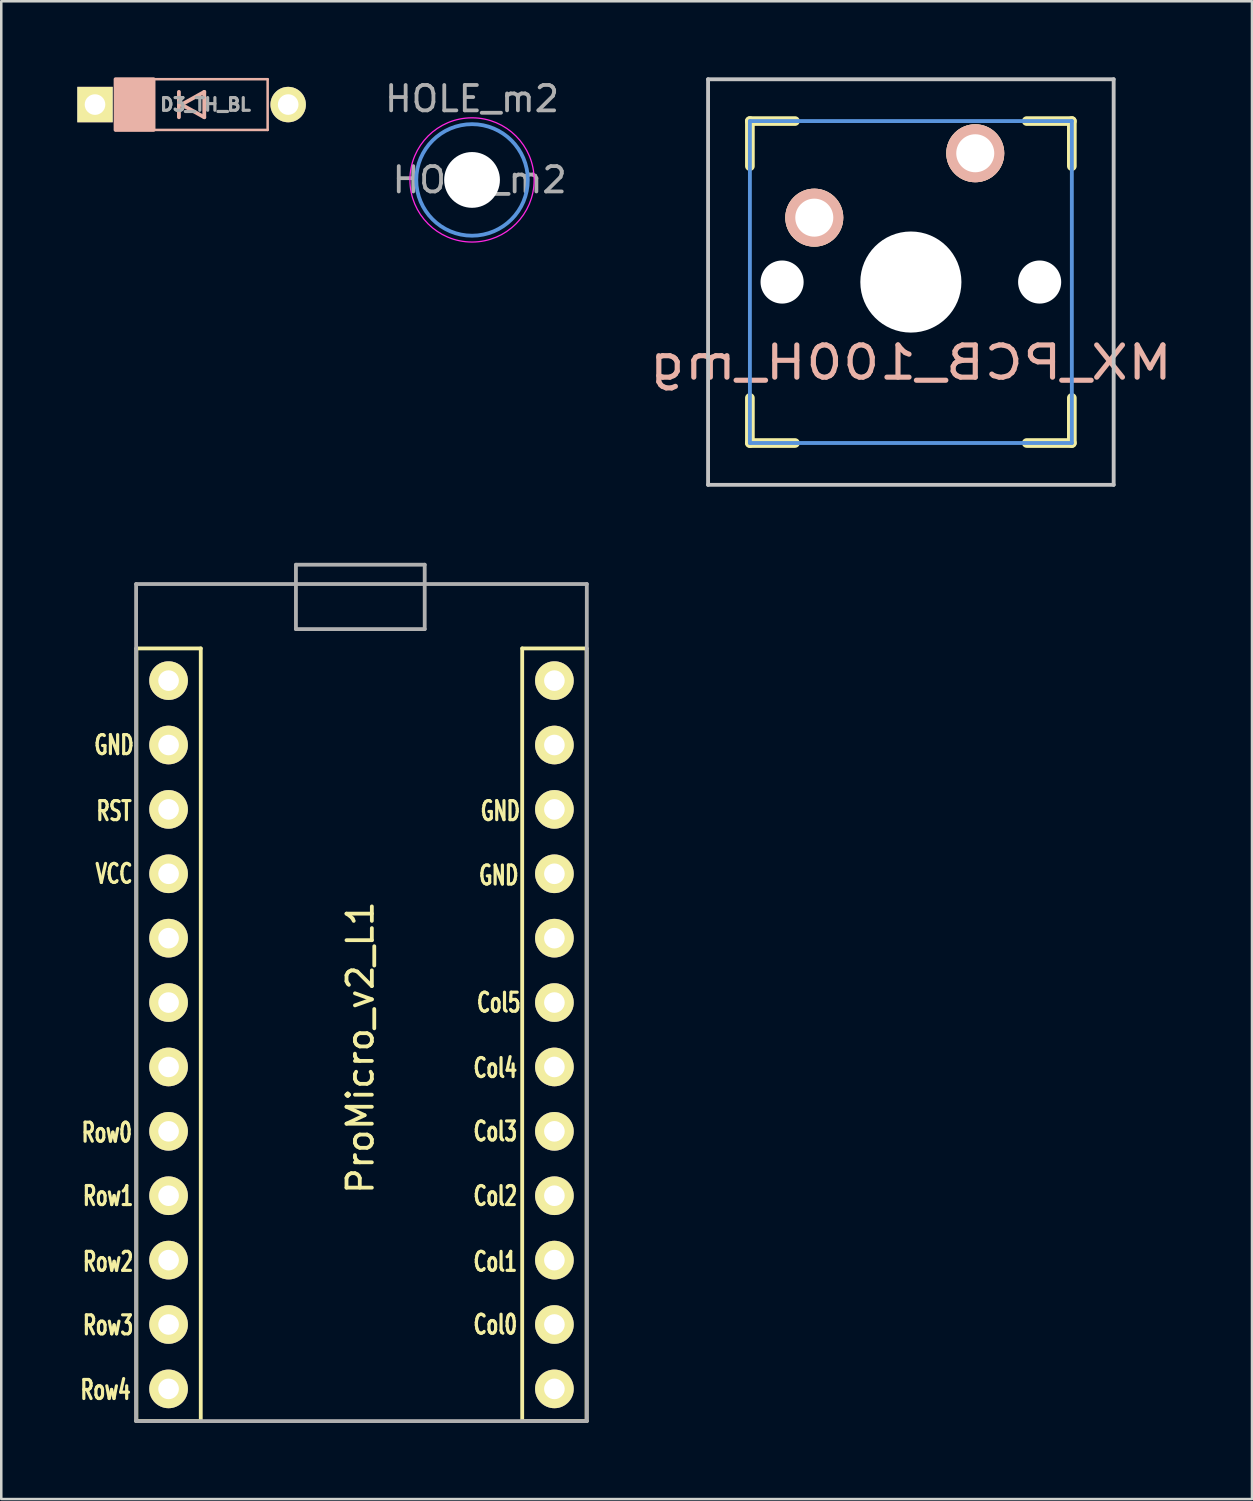
<source format=kicad_pcb>
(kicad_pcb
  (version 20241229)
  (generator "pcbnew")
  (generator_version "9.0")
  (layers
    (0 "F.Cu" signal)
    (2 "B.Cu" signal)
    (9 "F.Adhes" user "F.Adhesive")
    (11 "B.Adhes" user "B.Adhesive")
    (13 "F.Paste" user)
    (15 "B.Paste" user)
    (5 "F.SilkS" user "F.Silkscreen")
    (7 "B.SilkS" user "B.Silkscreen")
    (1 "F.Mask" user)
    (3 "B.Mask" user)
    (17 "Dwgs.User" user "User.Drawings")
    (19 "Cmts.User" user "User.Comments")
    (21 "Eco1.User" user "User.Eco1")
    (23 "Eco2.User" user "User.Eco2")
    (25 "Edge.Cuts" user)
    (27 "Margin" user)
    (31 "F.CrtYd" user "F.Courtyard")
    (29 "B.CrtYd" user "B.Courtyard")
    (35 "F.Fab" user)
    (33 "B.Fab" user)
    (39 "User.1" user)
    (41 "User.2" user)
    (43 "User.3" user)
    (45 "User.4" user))
  (footprint "D3_TH_BL"
    (layer "F.Cu")
    (at 4.508 1.075)
    (property "Reference" "D3_TH_BL" (at 0.55 0 0) (layer "F.Fab") (effects (font (size 0.5 0.5) (thickness 0.125))))
    (attr through_hole)
    (fp_line (start -3 -1) (end -3 1) (stroke (width 0.1) (type solid)) (layer "B.SilkS"))
    (fp_line (start -3 -1) (end -3 1) (stroke (width 0.1) (type solid)) (layer "B.SilkS"))
    (fp_line (start -3 1) (end 3 1) (stroke (width 0.1) (type solid)) (layer "B.SilkS"))
    (fp_line (start -0.5 -0.5) (end -0.5 0.5) (stroke (width 0.15) (type solid)) (layer "B.SilkS"))
    (fp_line (start -0.4 0) (end 0.5 -0.5) (stroke (width 0.15) (type solid)) (layer "B.SilkS"))
    (fp_line (start 0.5 -0.5) (end 0.5 0.5) (stroke (width 0.15) (type solid)) (layer "B.SilkS"))
    (fp_line (start 0.5 0.5) (end -0.4 0) (stroke (width 0.15) (type solid)) (layer "B.SilkS"))
    (fp_line (start 3 -1) (end -3 -1) (stroke (width 0.1) (type solid)) (layer "B.SilkS"))
    (fp_line (start 3 1) (end 3 -1) (stroke (width 0.1) (type solid)) (layer "B.SilkS"))
    (fp_poly (pts (xy -3 -1) (xy -3 1) (xy -1.5 1) (xy -1.5 -1)) (stroke (width 0.15) (type solid)) (fill yes) (layer "B.SilkS"))
    (pad "1" thru_hole rect (at -3.81 0) (size 1.397 1.397) (drill 0.813) (layers "*.Cu" "*.Mask" "F.SilkS"))
    (pad "2" thru_hole circle (at 3.81 0) (size 1.397 1.397) (drill 0.813) (layers "*.Cu" "*.Mask" "F.SilkS")))
  (footprint "MX_PCB_100H_mg"
    (layer "F.Cu")
    (at 32.882 8.076)
    (property "Reference" "MX_PCB_100H_mg" (at 0 3.175 0) (layer "B.SilkS") (effects (font (size 1.27 1.524) (thickness 0.203)) (justify mirror)))
    (attr through_hole)
    (fp_line (start -6.35 -6.35) (end -4.572 -6.35) (stroke (width 0.381) (type solid)) (layer "F.SilkS"))
    (fp_line (start -6.35 -4.572) (end -6.35 -6.35) (stroke (width 0.381) (type solid)) (layer "F.SilkS"))
    (fp_line (start -6.35 6.35) (end -6.35 4.572) (stroke (width 0.381) (type solid)) (layer "F.SilkS"))
    (fp_line (start -4.572 6.35) (end -6.35 6.35) (stroke (width 0.381) (type solid)) (layer "F.SilkS"))
    (fp_line (start 4.572 -6.35) (end 6.35 -6.35) (stroke (width 0.381) (type solid)) (layer "F.SilkS"))
    (fp_line (start 6.35 -6.35) (end 6.35 -4.572) (stroke (width 0.381) (type solid)) (layer "F.SilkS"))
    (fp_line (start 6.35 4.572) (end 6.35 6.35) (stroke (width 0.381) (type solid)) (layer "F.SilkS"))
    (fp_line (start 6.35 6.35) (end 4.572 6.35) (stroke (width 0.381) (type solid)) (layer "F.SilkS"))
    (fp_line (start -8 -8) (end 8 -8) (stroke (width 0.152) (type solid)) (layer "Dwgs.User"))
    (fp_line (start -8 8) (end -8 -8) (stroke (width 0.152) (type solid)) (layer "Dwgs.User"))
    (fp_line (start 8 -8) (end 8 8) (stroke (width 0.152) (type solid)) (layer "Dwgs.User"))
    (fp_line (start 8 8) (end -8 8) (stroke (width 0.152) (type solid)) (layer "Dwgs.User"))
    (fp_line (start -6.35 -6.35) (end 6.35 -6.35) (stroke (width 0.152) (type solid)) (layer "Cmts.User"))
    (fp_line (start -6.35 6.35) (end -6.35 -6.35) (stroke (width 0.152) (type solid)) (layer "Cmts.User"))
    (fp_line (start 6.35 -6.35) (end 6.35 6.35) (stroke (width 0.152) (type solid)) (layer "Cmts.User"))
    (fp_line (start 6.35 6.35) (end -6.35 6.35) (stroke (width 0.152) (type solid)) (layer "Cmts.User"))
    (fp_line (start -6.985 -6.985) (end 6.985 -6.985) (stroke (width 0.152) (type solid)) (layer "Eco2.User"))
    (fp_line (start -6.985 6.985) (end -6.985 -6.985) (stroke (width 0.152) (type solid)) (layer "Eco2.User"))
    (fp_line (start 6.985 -6.985) (end 6.985 6.985) (stroke (width 0.152) (type solid)) (layer "Eco2.User"))
    (fp_line (start 6.985 6.985) (end -6.985 6.985) (stroke (width 0.152) (type solid)) (layer "Eco2.User"))
    (pad "" np_thru_hole circle (at -5.08 0) (size 1.7 1.7) (drill 1.7) (layers "*.Cu"))
    (pad "" np_thru_hole circle (at 0 0) (size 3.988 3.988) (drill 3.988) (layers "*.Cu"))
    (pad "" np_thru_hole circle (at 5.08 0) (size 1.7 1.7) (drill 1.7) (layers "*.Cu"))
    (pad "1" thru_hole circle (at 2.54 -5.08) (size 2.286 2.286) (drill 1.499) (layers "*.Cu" "*.SilkS" "*.Mask"))
    (pad "2" thru_hole circle (at -3.81 -2.54) (size 2.286 2.286) (drill 1.499) (layers "*.Cu" "*.SilkS" "*.Mask")))
  (footprint "HOLE_m2"
    (layer "F.Cu")
    (at 15.571 4.048)
    (property "Reference" "HOLE_m2" (at 0 -3.2 0) (layer "F.Fab") (effects (font (size 1 1) (thickness 0.15))))
    (attr exclude_from_pos_files exclude_from_bom)
    (fp_circle (center 0 0) (end 2.2 0) (stroke (width 0.15) (type solid)) (fill no) (layer "Cmts.User"))
    (fp_circle (center 0 0) (end 2.45 0) (stroke (width 0.05) (type solid)) (fill no) (layer "F.CrtYd"))
    (fp_text user "${REFERENCE}" (at 0.3 0 0) (layer "F.Fab") (effects (font (size 1 1) (thickness 0.15))))
    (pad "" np_thru_hole circle (at 0 0) (size 2.2 2.2) (drill 2.2) (layers "*.Cu" "*.Mask")))
  (footprint "ProMicro_v2_L1"
    (layer "F.Cu")
    (at 11.164 38.277)
    (property "Reference" "ProMicro_v2_L1" (at 0 0 90) (layer "F.SilkS") (effects (font (size 1 1) (thickness 0.15))))
    (attr through_hole)
    (fp_line (start -8.834 -15.748) (end -6.294 -15.748) (stroke (width 0.15) (type solid)) (layer "F.SilkS"))
    (fp_line (start -8.834 14.732) (end -8.834 -15.748) (stroke (width 0.15) (type solid)) (layer "F.SilkS"))
    (fp_line (start -6.294 -15.748) (end -6.294 14.732) (stroke (width 0.15) (type solid)) (layer "F.SilkS"))
    (fp_line (start -6.294 14.732) (end -8.834 14.732) (stroke (width 0.15) (type solid)) (layer "F.SilkS"))
    (fp_line (start 6.386 -15.748) (end 8.926 -15.748) (stroke (width 0.15) (type solid)) (layer "F.SilkS"))
    (fp_line (start 6.386 14.732) (end 6.386 -15.748) (stroke (width 0.15) (type solid)) (layer "F.SilkS"))
    (fp_line (start 8.926 -15.748) (end 8.926 14.732) (stroke (width 0.15) (type solid)) (layer "F.SilkS"))
    (fp_line (start 8.926 14.732) (end 6.386 14.732) (stroke (width 0.15) (type solid)) (layer "F.SilkS"))
    (fp_line (start -8.845 -18.288) (end 8.935 -18.288) (stroke (width 0.15) (type solid)) (layer "F.Fab"))
    (fp_line (start -8.845 14.732) (end -8.845 -18.288) (stroke (width 0.15) (type solid)) (layer "F.Fab"))
    (fp_line (start -2.54 -19.05) (end -2.54 -16.51) (stroke (width 0.15) (type solid)) (layer "F.Fab"))
    (fp_line (start -2.54 -16.51) (end 2.54 -16.51) (stroke (width 0.15) (type solid)) (layer "F.Fab"))
    (fp_line (start 2.54 -19.05) (end -2.54 -19.05) (stroke (width 0.15) (type solid)) (layer "F.Fab"))
    (fp_line (start 2.54 -16.51) (end 2.54 -19.05) (stroke (width 0.15) (type solid)) (layer "F.Fab"))
    (fp_line (start 8.935 -18.288) (end 8.935 14.732) (stroke (width 0.15) (type solid)) (layer "F.Fab"))
    (fp_line (start 8.935 14.732) (end -8.845 14.732) (stroke (width 0.15) (type solid)) (layer "F.Fab"))
    (fp_text user "Row4" (at -10.05 13.5 0) (layer "F.SilkS") (effects (font (size 0.75 0.5) (thickness 0.125))))
    (fp_text user "Row0" (at -10 3.35 0) (layer "F.SilkS") (effects (font (size 0.75 0.5) (thickness 0.125))))
    (fp_text user "" (at -0.5 -17.25 0) (layer "F.SilkS") (effects (font (size 1 1) (thickness 0.15))))
    (fp_text user "Col1" (at 5.325 8.445 0) (layer "F.SilkS") (effects (font (size 0.75 0.5) (thickness 0.125))))
    (fp_text user "Row3" (at -9.95 10.95 0) (layer "F.SilkS") (effects (font (size 0.75 0.5) (thickness 0.125))))
    (fp_text user "Col3" (at 5.325 3.302 0) (layer "F.SilkS") (effects (font (size 0.75 0.5) (thickness 0.125))))
    (fp_text user "GND" (at -9.716 -11.938 0) (layer "F.SilkS") (effects (font (size 0.75 0.5) (thickness 0.125))))
    (fp_text user "Row2" (at -9.95 8.445 0) (layer "F.SilkS") (effects (font (size 0.75 0.5) (thickness 0.125))))
    (fp_text user "Col0" (at 5.325 10.925 0) (layer "F.SilkS") (effects (font (size 0.75 0.5) (thickness 0.125))))
    (fp_text user "Col5" (at 5.461 -1.778 0) (layer "F.SilkS") (effects (font (size 0.75 0.5) (thickness 0.125))))
    (fp_text user "VCC" (at -9.716 -6.858 0) (layer "F.SilkS") (effects (font (size 0.75 0.5) (thickness 0.125))))
    (fp_text user "Row1" (at -9.95 5.85 0) (layer "F.SilkS") (effects (font (size 0.75 0.5) (thickness 0.125))))
    (fp_text user "GND" (at 5.524 -9.335 0) (layer "F.SilkS") (effects (font (size 0.75 0.5) (thickness 0.125))))
    (fp_text user "GND" (at 5.461 -6.795 0) (layer "F.SilkS") (effects (font (size 0.75 0.5) (thickness 0.125))))
    (fp_text user "RST" (at -9.716 -9.335 0) (layer "F.SilkS") (effects (font (size 0.75 0.5) (thickness 0.125))))
    (fp_text user "Col4" (at 5.325 0.8 0) (layer "F.SilkS") (effects (font (size 0.75 0.5) (thickness 0.125))))
    (fp_text user "Col2" (at 5.325 5.85 0) (layer "F.SilkS") (effects (font (size 0.75 0.5) (thickness 0.125))))
    (fp_text user "" (at -1.206 -16.256 0) (layer "B.SilkS") (effects (font (size 1 1) (thickness 0.15)) (justify mirror)))
    (pad "1" thru_hole circle (at 7.656 -14.478) (size 1.524 1.524) (drill 0.813) (layers "*.Cu" "*.Mask" "F.SilkS"))
    (pad "2" thru_hole circle (at 7.656 -11.938) (size 1.524 1.524) (drill 0.813) (layers "*.Cu" "*.Mask" "F.SilkS"))
    (pad "3" thru_hole circle (at 7.656 -9.398) (size 1.524 1.524) (drill 0.813) (layers "*.Cu" "*.Mask" "F.SilkS"))
    (pad "4" thru_hole circle (at 7.656 -6.858) (size 1.524 1.524) (drill 0.813) (layers "*.Cu" "*.Mask" "F.SilkS"))
    (pad "5" thru_hole circle (at 7.656 -4.318) (size 1.524 1.524) (drill 0.813) (layers "*.Cu" "*.Mask" "F.SilkS"))
    (pad "6" thru_hole circle (at 7.656 -1.778) (size 1.524 1.524) (drill 0.813) (layers "*.Cu" "*.Mask" "F.SilkS"))
    (pad "7" thru_hole circle (at 7.656 0.762) (size 1.524 1.524) (drill 0.813) (layers "*.Cu" "*.Mask" "F.SilkS"))
    (pad "8" thru_hole circle (at 7.656 3.302) (size 1.524 1.524) (drill 0.813) (layers "*.Cu" "*.Mask" "F.SilkS"))
    (pad "9" thru_hole circle (at 7.656 5.842) (size 1.524 1.524) (drill 0.813) (layers "*.Cu" "*.Mask" "F.SilkS"))
    (pad "10" thru_hole circle (at 7.656 8.382) (size 1.524 1.524) (drill 0.813) (layers "*.Cu" "*.Mask" "F.SilkS"))
    (pad "11" thru_hole circle (at 7.656 10.922) (size 1.524 1.524) (drill 0.813) (layers "*.Cu" "*.Mask" "F.SilkS"))
    (pad "12" thru_hole circle (at 7.656 13.462) (size 1.524 1.524) (drill 0.813) (layers "*.Cu" "*.Mask" "F.SilkS"))
    (pad "13" thru_hole circle (at -7.564 13.462) (size 1.524 1.524) (drill 0.813) (layers "*.Cu" "*.Mask" "F.SilkS"))
    (pad "14" thru_hole circle (at -7.564 10.922) (size 1.524 1.524) (drill 0.813) (layers "*.Cu" "*.Mask" "F.SilkS"))
    (pad "15" thru_hole circle (at -7.564 8.382) (size 1.524 1.524) (drill 0.813) (layers "*.Cu" "*.Mask" "F.SilkS"))
    (pad "16" thru_hole circle (at -7.564 5.842) (size 1.524 1.524) (drill 0.813) (layers "*.Cu" "*.Mask" "F.SilkS"))
    (pad "17" thru_hole circle (at -7.564 3.302) (size 1.524 1.524) (drill 0.813) (layers "*.Cu" "*.Mask" "F.SilkS"))
    (pad "18" thru_hole circle (at -7.564 0.762) (size 1.524 1.524) (drill 0.813) (layers "*.Cu" "*.Mask" "F.SilkS"))
    (pad "19" thru_hole circle (at -7.564 -1.778) (size 1.524 1.524) (drill 0.813) (layers "*.Cu" "*.Mask" "F.SilkS"))
    (pad "20" thru_hole circle (at -7.564 -4.318) (size 1.524 1.524) (drill 0.813) (layers "*.Cu" "*.Mask" "F.SilkS"))
    (pad "21" thru_hole circle (at -7.564 -6.858) (size 1.524 1.524) (drill 0.813) (layers "*.Cu" "*.Mask" "F.SilkS"))
    (pad "22" thru_hole circle (at -7.564 -9.398) (size 1.524 1.524) (drill 0.813) (layers "*.Cu" "*.Mask" "F.SilkS"))
    (pad "23" thru_hole circle (at -7.564 -11.938) (size 1.524 1.524) (drill 0.813) (layers "*.Cu" "*.Mask" "F.SilkS"))
    (pad "24" thru_hole circle (at -7.564 -14.478) (size 1.524 1.524) (drill 0.813) (layers "*.Cu" "*.Mask" "F.SilkS")))
  (gr_rect
    (start -3 -3)
    (end 46.339 56.084)
    (stroke (width 0.1) (type default))
    (fill no)
    (layer "Edge.Cuts")))
</source>
